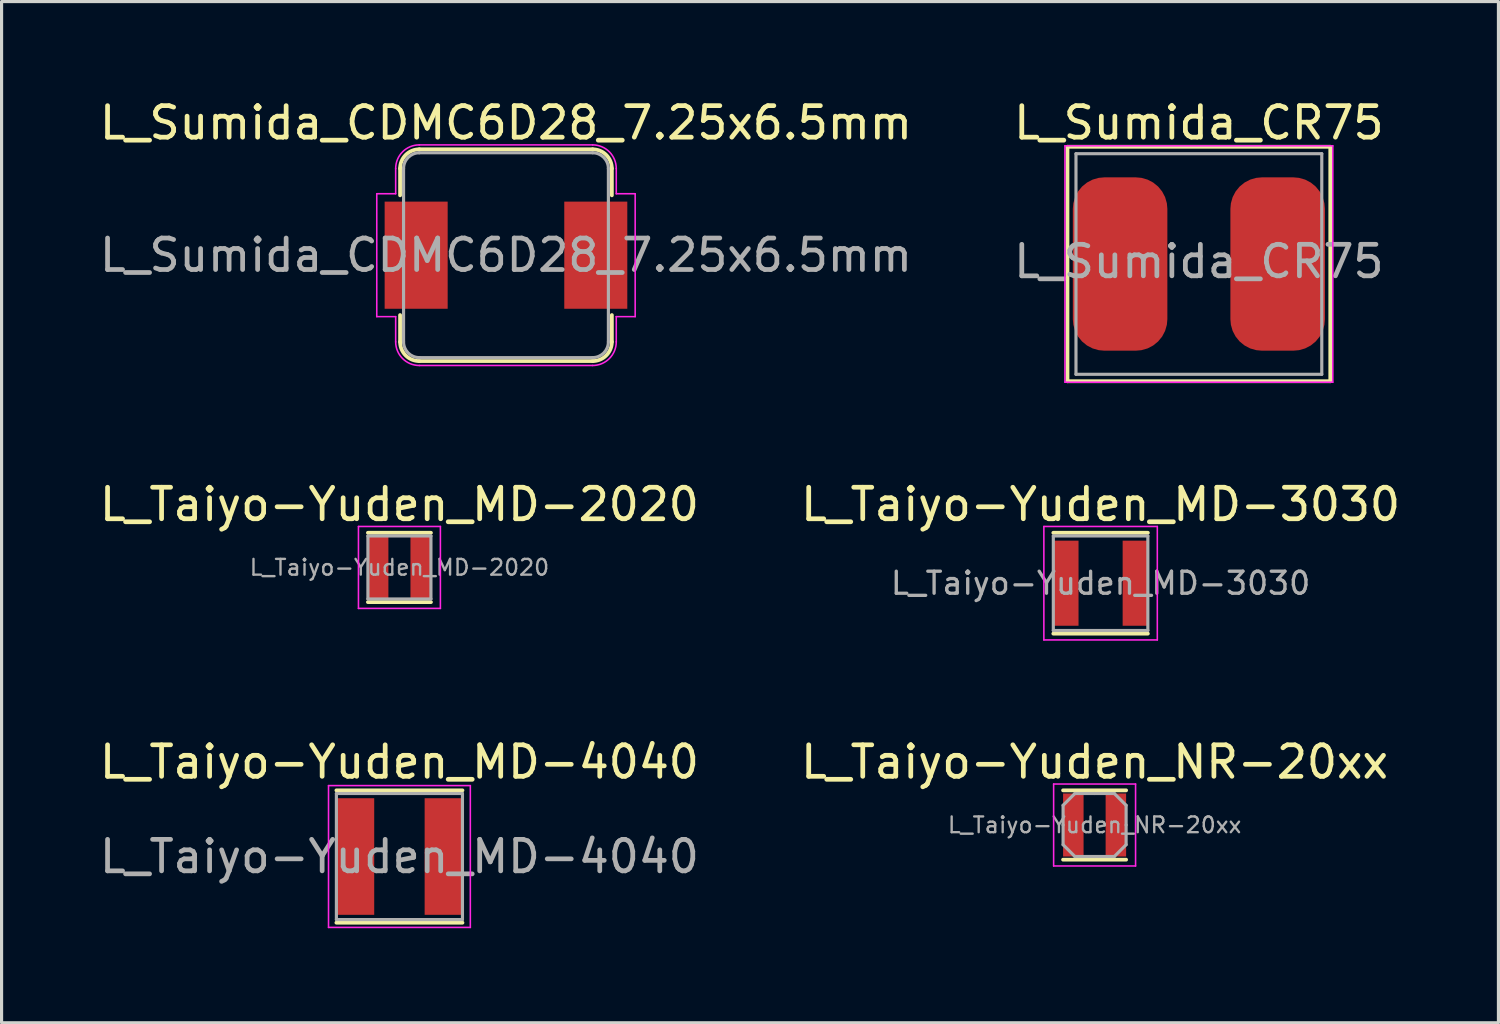
<source format=kicad_pcb>
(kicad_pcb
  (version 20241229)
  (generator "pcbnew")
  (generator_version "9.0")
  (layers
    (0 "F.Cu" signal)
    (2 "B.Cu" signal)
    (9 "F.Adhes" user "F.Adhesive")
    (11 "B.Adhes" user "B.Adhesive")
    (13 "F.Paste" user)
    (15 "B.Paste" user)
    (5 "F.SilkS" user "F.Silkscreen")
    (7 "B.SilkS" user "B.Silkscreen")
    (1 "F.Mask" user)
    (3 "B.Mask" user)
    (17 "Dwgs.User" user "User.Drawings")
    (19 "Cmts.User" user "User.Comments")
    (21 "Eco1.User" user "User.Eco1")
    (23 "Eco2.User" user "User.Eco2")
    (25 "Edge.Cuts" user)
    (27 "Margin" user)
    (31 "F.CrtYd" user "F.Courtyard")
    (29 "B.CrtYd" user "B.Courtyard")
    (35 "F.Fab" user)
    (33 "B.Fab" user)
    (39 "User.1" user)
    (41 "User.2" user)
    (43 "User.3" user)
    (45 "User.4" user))
  (footprint "L_Taiyo-Yuden_NR-20xx"
    (layer "F.Cu")
    (at 31.685 23.13)
    (property "Reference" "L_Taiyo-Yuden_NR-20xx" (at 0 -2 0) (layer "F.SilkS") (effects (font (size 1 1) (thickness 0.15))))
    (attr smd)
    (fp_line (start -1 -1.1) (end 1 -1.1) (stroke (width 0.12) (type solid)) (layer "F.SilkS"))
    (fp_line (start -1 1.1) (end 1 1.1) (stroke (width 0.12) (type solid)) (layer "F.SilkS"))
    (fp_line (start -1.3 -1.3) (end -1.3 1.3) (stroke (width 0.05) (type solid)) (layer "F.CrtYd"))
    (fp_line (start -1.3 1.3) (end 1.3 1.3) (stroke (width 0.05) (type solid)) (layer "F.CrtYd"))
    (fp_line (start 1.3 -1.3) (end -1.3 -1.3) (stroke (width 0.05) (type solid)) (layer "F.CrtYd"))
    (fp_line (start 1.3 1.3) (end 1.3 -1.3) (stroke (width 0.05) (type solid)) (layer "F.CrtYd"))
    (fp_line (start -1 -0.625) (end -0.625 -1) (stroke (width 0.1) (type solid)) (layer "F.Fab"))
    (fp_line (start -1 0) (end -1 -0.625) (stroke (width 0.1) (type solid)) (layer "F.Fab"))
    (fp_line (start -1 0) (end -1 0.625) (stroke (width 0.1) (type solid)) (layer "F.Fab"))
    (fp_line (start -1 0.625) (end -0.625 1) (stroke (width 0.1) (type solid)) (layer "F.Fab"))
    (fp_line (start -0.625 -1) (end 0 -1) (stroke (width 0.1) (type solid)) (layer "F.Fab"))
    (fp_line (start -0.625 1) (end 0 1) (stroke (width 0.1) (type solid)) (layer "F.Fab"))
    (fp_line (start 0.625 -1) (end 0 -1) (stroke (width 0.1) (type solid)) (layer "F.Fab"))
    (fp_line (start 0.625 1) (end 0 1) (stroke (width 0.1) (type solid)) (layer "F.Fab"))
    (fp_line (start 1 -0.625) (end 0.625 -1) (stroke (width 0.1) (type solid)) (layer "F.Fab"))
    (fp_line (start 1 0) (end 1 -0.625) (stroke (width 0.1) (type solid)) (layer "F.Fab"))
    (fp_line (start 1 0) (end 1 0.625) (stroke (width 0.1) (type solid)) (layer "F.Fab"))
    (fp_line (start 1 0.625) (end 0.625 1) (stroke (width 0.1) (type solid)) (layer "F.Fab"))
    (fp_text user "${REFERENCE}" (at 0 0 0) (layer "F.Fab") (effects (font (size 0.5 0.5) (thickness 0.075))))
    (pad "1" smd rect (at -0.675 0) (size 0.65 2) (layers "F.Cu" "F.Mask" "F.Paste"))
    (pad "2" smd rect (at 0.675 0) (size 0.65 2) (layers "F.Cu" "F.Mask" "F.Paste")))
  (footprint "L_Taiyo-Yuden_MD-3030"
    (layer "F.Cu")
    (at 31.875 15.457)
    (property "Reference" "L_Taiyo-Yuden_MD-3030" (at 0 -2.5 0) (layer "F.SilkS") (effects (font (size 1 1) (thickness 0.15))))
    (attr smd)
    (fp_line (start -1.5 -1.6) (end 1.5 -1.6) (stroke (width 0.12) (type solid)) (layer "F.SilkS"))
    (fp_line (start -1.5 1.6) (end 1.5 1.6) (stroke (width 0.12) (type solid)) (layer "F.SilkS"))
    (fp_line (start -1.8 -1.8) (end -1.8 1.8) (stroke (width 0.05) (type solid)) (layer "F.CrtYd"))
    (fp_line (start -1.8 1.8) (end 1.8 1.8) (stroke (width 0.05) (type solid)) (layer "F.CrtYd"))
    (fp_line (start 1.8 -1.8) (end -1.8 -1.8) (stroke (width 0.05) (type solid)) (layer "F.CrtYd"))
    (fp_line (start 1.8 1.8) (end 1.8 -1.8) (stroke (width 0.05) (type solid)) (layer "F.CrtYd"))
    (fp_line (start -1.5 -1.5) (end -1.5 1.5) (stroke (width 0.1) (type solid)) (layer "F.Fab"))
    (fp_line (start -1.5 1.5) (end 1.5 1.5) (stroke (width 0.1) (type solid)) (layer "F.Fab"))
    (fp_line (start 1.5 -1.5) (end -1.5 -1.5) (stroke (width 0.1) (type solid)) (layer "F.Fab"))
    (fp_line (start 1.5 1.5) (end 1.5 -1.5) (stroke (width 0.1) (type solid)) (layer "F.Fab"))
    (fp_text user "${REFERENCE}" (at 0 0 0) (layer "F.Fab") (effects (font (size 0.7 0.7) (thickness 0.105))))
    (pad "1" smd rect (at -1.1 0) (size 0.8 2.7) (layers "F.Cu" "F.Mask" "F.Paste"))
    (pad "2" smd rect (at 1.1 0) (size 0.8 2.7) (layers "F.Cu" "F.Mask" "F.Paste")))
  (footprint "L_Taiyo-Yuden_MD-4040"
    (layer "F.Cu")
    (at 9.625 24.13)
    (property "Reference" "L_Taiyo-Yuden_MD-4040" (at 0 -3 0) (layer "F.SilkS") (effects (font (size 1 1) (thickness 0.15))))
    (attr smd)
    (fp_line (start -2 -2.1) (end 2 -2.1) (stroke (width 0.12) (type solid)) (layer "F.SilkS"))
    (fp_line (start -2 2.1) (end 2 2.1) (stroke (width 0.12) (type solid)) (layer "F.SilkS"))
    (fp_line (start -2.25 -2.25) (end -2.25 2.25) (stroke (width 0.05) (type solid)) (layer "F.CrtYd"))
    (fp_line (start -2.25 2.25) (end 2.25 2.25) (stroke (width 0.05) (type solid)) (layer "F.CrtYd"))
    (fp_line (start 2.25 -2.25) (end -2.25 -2.25) (stroke (width 0.05) (type solid)) (layer "F.CrtYd"))
    (fp_line (start 2.25 2.25) (end 2.25 -2.25) (stroke (width 0.05) (type solid)) (layer "F.CrtYd"))
    (fp_line (start -2 -2) (end -2 2) (stroke (width 0.1) (type solid)) (layer "F.Fab"))
    (fp_line (start -2 2) (end 2 2) (stroke (width 0.1) (type solid)) (layer "F.Fab"))
    (fp_line (start 2 -2) (end -2 -2) (stroke (width 0.1) (type solid)) (layer "F.Fab"))
    (fp_line (start 2 2) (end 2 -2) (stroke (width 0.1) (type solid)) (layer "F.Fab"))
    (fp_text user "${REFERENCE}" (at 0 0 0) (layer "F.Fab") (effects (font (size 1 1) (thickness 0.15))))
    (pad "1" smd rect (at -1.4 0) (size 1.2 3.7) (layers "F.Cu" "F.Mask" "F.Paste"))
    (pad "2" smd rect (at 1.4 0) (size 1.2 3.7) (layers "F.Cu" "F.Mask" "F.Paste")))
  (footprint "L_Sumida_CR75"
    (layer "F.Cu")
    (at 34.994 5.328)
    (property "Reference" "L_Sumida_CR75" (at 0 -4.48 180) (layer "F.SilkS") (effects (font (size 1 1) (thickness 0.15))))
    (attr smd)
    (fp_line (start -4.17 -3.72) (end 4.17 -3.72) (stroke (width 0.12) (type solid)) (layer "F.SilkS"))
    (fp_line (start -4.17 3.72) (end -4.17 -3.72) (stroke (width 0.12) (type solid)) (layer "F.SilkS"))
    (fp_line (start 4.17 -3.72) (end 4.17 3.72) (stroke (width 0.12) (type solid)) (layer "F.SilkS"))
    (fp_line (start 4.17 3.72) (end -4.17 3.72) (stroke (width 0.12) (type solid)) (layer "F.SilkS"))
    (fp_line (start -4.25 -3.75) (end -4.25 3.75) (stroke (width 0.05) (type solid)) (layer "F.CrtYd"))
    (fp_line (start -4.25 3.75) (end 4.25 3.75) (stroke (width 0.05) (type solid)) (layer "F.CrtYd"))
    (fp_line (start 4.25 -3.75) (end -4.25 -3.75) (stroke (width 0.05) (type solid)) (layer "F.CrtYd"))
    (fp_line (start 4.25 3.75) (end 4.25 -3.75) (stroke (width 0.05) (type solid)) (layer "F.CrtYd"))
    (fp_line (start -3.9 -3.5) (end -3.9 3.5) (stroke (width 0.1) (type solid)) (layer "F.Fab"))
    (fp_line (start -3.9 3.5) (end 3.9 3.5) (stroke (width 0.1) (type solid)) (layer "F.Fab"))
    (fp_line (start 3.9 -3.5) (end -3.9 -3.5) (stroke (width 0.1) (type solid)) (layer "F.Fab"))
    (fp_line (start 3.9 3.5) (end 3.9 -3.5) (stroke (width 0.1) (type solid)) (layer "F.Fab"))
    (fp_text user "${REFERENCE}" (at 0 -0.08 0) (layer "F.Fab") (effects (font (size 1 1) (thickness 0.15))))
    (pad "1" smd roundrect (at -2.5 0) (size 3 5.5) (layers "F.Cu" "F.Mask" "F.Paste") (roundrect_rratio 0.333))
    (pad "2" smd roundrect (at 2.5 0) (size 3 5.5) (layers "F.Cu" "F.Mask" "F.Paste") (roundrect_rratio 0.333)))
  (footprint "L_Sumida_CDMC6D28_7.25x6.5mm"
    (layer "F.Cu")
    (at 13.006 5.048)
    (property "Reference" "L_Sumida_CDMC6D28_7.25x6.5mm" (at 0 -4.2 0) (layer "F.SilkS") (effects (font (size 1 1) (thickness 0.15))))
    (attr smd)
    (fp_line (start -3.36 -1.9) (end -3.36 -2.75) (stroke (width 0.12) (type solid)) (layer "F.SilkS"))
    (fp_line (start -3.36 2.75) (end -3.36 1.9) (stroke (width 0.12) (type solid)) (layer "F.SilkS"))
    (fp_line (start -2.75 -3.36) (end 2.75 -3.36) (stroke (width 0.12) (type solid)) (layer "F.SilkS"))
    (fp_line (start 2.75 3.36) (end -2.75 3.36) (stroke (width 0.12) (type solid)) (layer "F.SilkS"))
    (fp_line (start 3.36 -2.75) (end 3.36 -1.9) (stroke (width 0.12) (type solid)) (layer "F.SilkS"))
    (fp_line (start 3.36 1.9) (end 3.36 2.75) (stroke (width 0.12) (type solid)) (layer "F.SilkS"))
    (fp_arc (start -3.36 -2.75) (mid -3.181335 -3.181335) (end -2.75 -3.36) (stroke (width 0.12) (type solid)) (layer "F.SilkS"))
    (fp_arc (start -2.75 3.36) (mid -3.181335 3.181335) (end -3.36 2.75) (stroke (width 0.12) (type solid)) (layer "F.SilkS"))
    (fp_arc (start 2.75 -3.36) (mid 3.181335 -3.181335) (end 3.36 -2.75) (stroke (width 0.12) (type solid)) (layer "F.SilkS"))
    (fp_arc (start 3.36 2.75) (mid 3.181335 3.181335) (end 2.75 3.36) (stroke (width 0.12) (type solid)) (layer "F.SilkS"))
    (fp_line (start -4.1 -1.95) (end -3.5 -1.95) (stroke (width 0.05) (type solid)) (layer "F.CrtYd"))
    (fp_line (start -4.1 1.95) (end -4.1 -1.95) (stroke (width 0.05) (type solid)) (layer "F.CrtYd"))
    (fp_line (start -3.5 -1.95) (end -3.5 -2.75) (stroke (width 0.05) (type solid)) (layer "F.CrtYd"))
    (fp_line (start -3.5 1.95) (end -4.1 1.95) (stroke (width 0.05) (type solid)) (layer "F.CrtYd"))
    (fp_line (start -3.5 2.75) (end -3.5 1.95) (stroke (width 0.05) (type solid)) (layer "F.CrtYd"))
    (fp_line (start -2.75 -3.5) (end 2.75 -3.5) (stroke (width 0.05) (type solid)) (layer "F.CrtYd"))
    (fp_line (start 2.75 3.5) (end -2.75 3.5) (stroke (width 0.05) (type solid)) (layer "F.CrtYd"))
    (fp_line (start 3.5 -2.75) (end 3.5 -1.95) (stroke (width 0.05) (type solid)) (layer "F.CrtYd"))
    (fp_line (start 3.5 -1.95) (end 4.1 -1.95) (stroke (width 0.05) (type solid)) (layer "F.CrtYd"))
    (fp_line (start 3.5 1.95) (end 3.5 2.75) (stroke (width 0.05) (type solid)) (layer "F.CrtYd"))
    (fp_line (start 4.1 -1.95) (end 4.1 1.95) (stroke (width 0.05) (type solid)) (layer "F.CrtYd"))
    (fp_line (start 4.1 1.95) (end 3.5 1.95) (stroke (width 0.05) (type solid)) (layer "F.CrtYd"))
    (fp_arc (start -3.5 -2.75) (mid -3.28033 -3.28033) (end -2.75 -3.5) (stroke (width 0.05) (type solid)) (layer "F.CrtYd"))
    (fp_arc (start -2.75 3.5) (mid -3.28033 3.28033) (end -3.5 2.75) (stroke (width 0.05) (type solid)) (layer "F.CrtYd"))
    (fp_arc (start 2.75 -3.5) (mid 3.28033 -3.28033) (end 3.5 -2.75) (stroke (width 0.05) (type solid)) (layer "F.CrtYd"))
    (fp_arc (start 3.5 2.75) (mid 3.28033 3.28033) (end 2.75 3.5) (stroke (width 0.05) (type solid)) (layer "F.CrtYd"))
    (fp_line (start -3.25 2.75) (end -3.25 -2.75) (stroke (width 0.1) (type solid)) (layer "F.Fab"))
    (fp_line (start -2.75 -3.25) (end 2.75 -3.25) (stroke (width 0.1) (type solid)) (layer "F.Fab"))
    (fp_line (start 2.75 3.25) (end -2.75 3.25) (stroke (width 0.1) (type solid)) (layer "F.Fab"))
    (fp_line (start 3.25 -2.75) (end 3.25 2.75) (stroke (width 0.1) (type solid)) (layer "F.Fab"))
    (fp_arc (start -3.25 -2.75) (mid -3.103553 -3.103553) (end -2.75 -3.25) (stroke (width 0.1) (type solid)) (layer "F.Fab"))
    (fp_arc (start -2.75 3.25) (mid -3.103553 3.103553) (end -3.25 2.75) (stroke (width 0.1) (type solid)) (layer "F.Fab"))
    (fp_arc (start 2.75 -3.25) (mid 3.103553 -3.103553) (end 3.25 -2.75) (stroke (width 0.1) (type solid)) (layer "F.Fab"))
    (fp_arc (start 3.25 2.75) (mid 3.103553 3.103553) (end 2.75 3.25) (stroke (width 0.1) (type solid)) (layer "F.Fab"))
    (fp_text user "${REFERENCE}" (at 0 0 0) (layer "F.Fab") (effects (font (size 1 1) (thickness 0.15))))
    (pad "1" smd rect (at -2.85 0) (size 2 3.4) (layers "F.Cu" "F.Mask" "F.Paste"))
    (pad "2" smd rect (at 2.85 0) (size 2 3.4) (layers "F.Cu" "F.Mask" "F.Paste")))
  (footprint "L_Taiyo-Yuden_MD-2020"
    (layer "F.Cu")
    (at 9.625 14.957)
    (property "Reference" "L_Taiyo-Yuden_MD-2020" (at 0 -2 0) (layer "F.SilkS") (effects (font (size 1 1) (thickness 0.15))))
    (attr smd)
    (fp_line (start -1 -1.1) (end 1 -1.1) (stroke (width 0.12) (type solid)) (layer "F.SilkS"))
    (fp_line (start -1 1.1) (end 1 1.1) (stroke (width 0.12) (type solid)) (layer "F.SilkS"))
    (fp_line (start -1.3 -1.3) (end -1.3 1.3) (stroke (width 0.05) (type solid)) (layer "F.CrtYd"))
    (fp_line (start -1.3 1.3) (end 1.3 1.3) (stroke (width 0.05) (type solid)) (layer "F.CrtYd"))
    (fp_line (start 1.3 -1.3) (end -1.3 -1.3) (stroke (width 0.05) (type solid)) (layer "F.CrtYd"))
    (fp_line (start 1.3 1.3) (end 1.3 -1.3) (stroke (width 0.05) (type solid)) (layer "F.CrtYd"))
    (fp_line (start -1 -1) (end -1 1) (stroke (width 0.1) (type solid)) (layer "F.Fab"))
    (fp_line (start -1 1) (end 1 1) (stroke (width 0.1) (type solid)) (layer "F.Fab"))
    (fp_line (start 1 -1) (end -1 -1) (stroke (width 0.1) (type solid)) (layer "F.Fab"))
    (fp_line (start 1 1) (end 1 -1) (stroke (width 0.1) (type solid)) (layer "F.Fab"))
    (fp_text user "${REFERENCE}" (at 0 0 0) (layer "F.Fab") (effects (font (size 0.5 0.5) (thickness 0.075))))
    (pad "1" smd rect (at -0.675 0) (size 0.65 2) (layers "F.Cu" "F.Mask" "F.Paste"))
    (pad "2" smd rect (at 0.675 0) (size 0.65 2) (layers "F.Cu" "F.Mask" "F.Paste")))
  (gr_rect
    (start -3 -3)
    (end 44.5 29.405)
    (stroke (width 0.1) (type default))
    (fill no)
    (layer "Edge.Cuts")))
</source>
